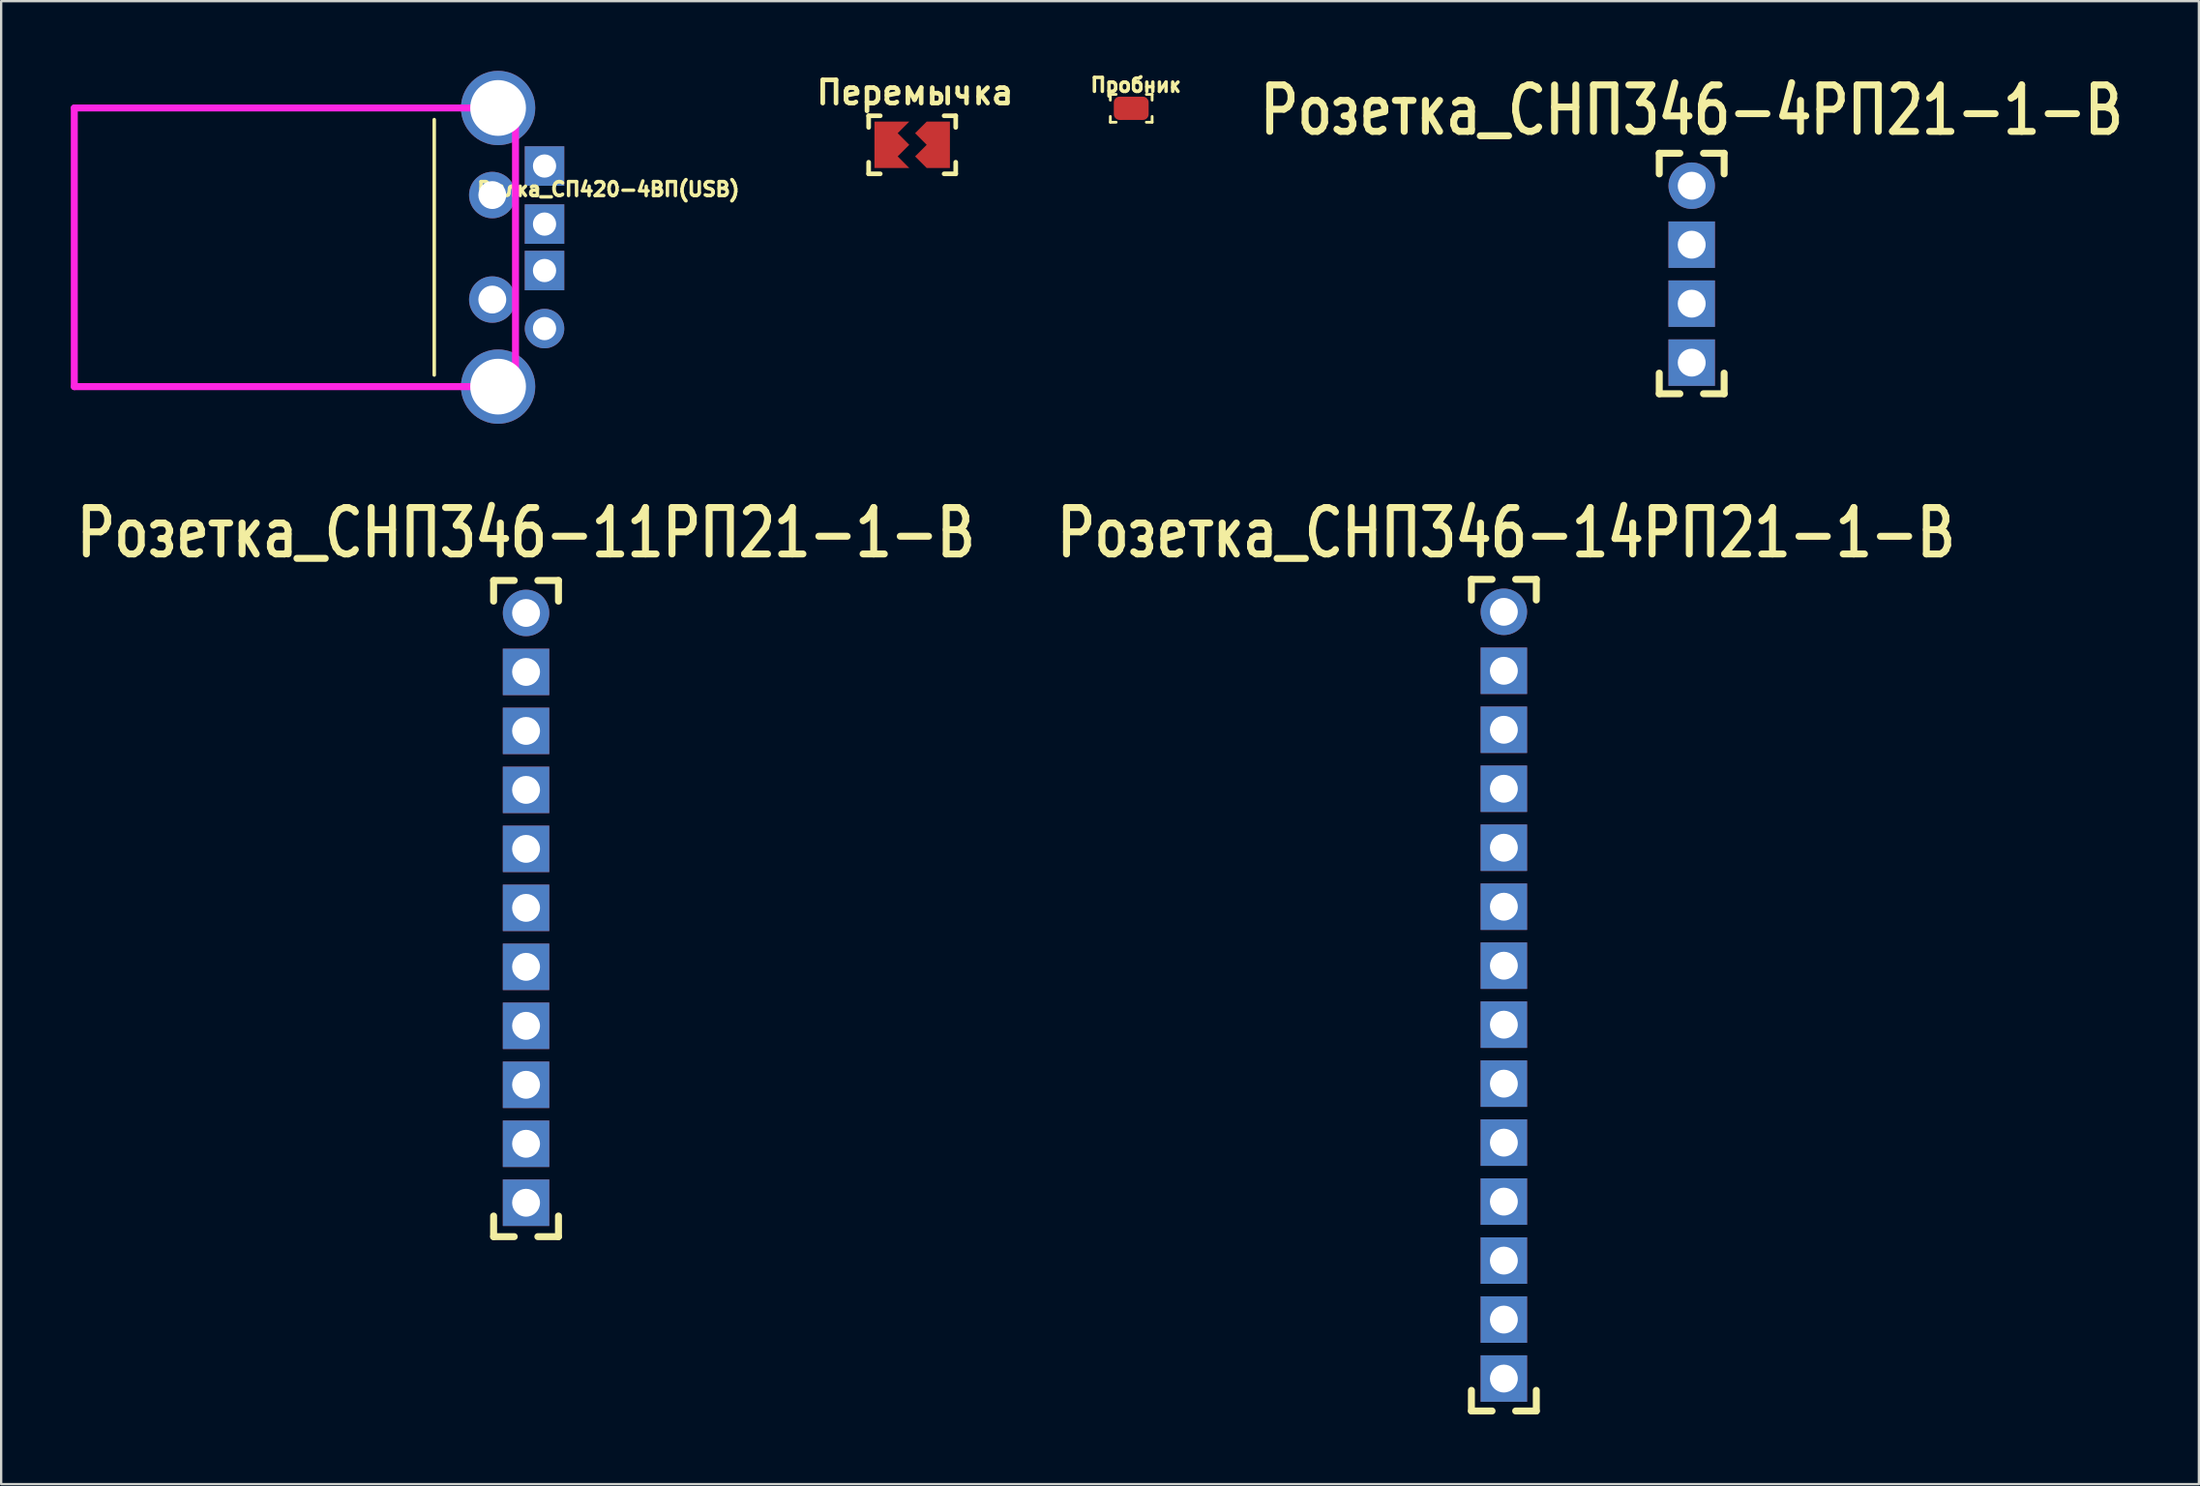
<source format=kicad_pcb>
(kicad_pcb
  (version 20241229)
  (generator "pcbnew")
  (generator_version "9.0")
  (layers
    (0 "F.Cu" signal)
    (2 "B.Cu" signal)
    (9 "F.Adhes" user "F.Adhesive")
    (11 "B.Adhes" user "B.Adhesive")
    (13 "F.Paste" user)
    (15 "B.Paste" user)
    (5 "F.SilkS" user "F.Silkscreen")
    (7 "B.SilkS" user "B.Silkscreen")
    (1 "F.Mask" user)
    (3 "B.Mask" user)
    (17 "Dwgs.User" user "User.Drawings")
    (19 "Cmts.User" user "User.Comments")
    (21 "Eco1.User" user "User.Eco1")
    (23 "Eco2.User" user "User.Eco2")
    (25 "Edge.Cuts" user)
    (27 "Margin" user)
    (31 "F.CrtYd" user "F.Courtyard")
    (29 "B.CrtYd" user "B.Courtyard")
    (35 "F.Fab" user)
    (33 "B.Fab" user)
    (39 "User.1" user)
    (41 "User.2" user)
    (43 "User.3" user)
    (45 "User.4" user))
  (footprint "Пробник"
    (layer "F.Cu")
    (at 45.666 1.614)
    (property "Reference" "Пробник" (at 0.2 -1 0) (layer "F.SilkS") (effects (font (size 0.6 0.6) (thickness 0.15))))
    (attr through_hole)
    (fp_poly (pts (xy -0.5 -0.5) (xy 0.5 -0.5) (xy 0.5 0.5) (xy -0.5 0.5)) (stroke (width 0) (type solid)) (fill yes) (layer "F.Cu"))
    (fp_poly (pts (xy -0.75 -0.5) (xy 0.75 -0.5) (xy 0.75 0.5) (xy -0.75 0.5)) (stroke (width 0.1) (type solid)) (fill yes) (layer "F.Mask"))
    (fp_line (start -0.9 -0.6) (end -0.65 -0.6) (stroke (width 0.12) (type solid)) (layer "F.SilkS"))
    (fp_line (start -0.9 -0.35) (end -0.9 -0.6) (stroke (width 0.12) (type solid)) (layer "F.SilkS"))
    (fp_line (start -0.9 0.35) (end -0.9 0.6) (stroke (width 0.12) (type solid)) (layer "F.SilkS"))
    (fp_line (start -0.9 0.6) (end -0.65 0.6) (stroke (width 0.12) (type solid)) (layer "F.SilkS"))
    (fp_line (start 0.65 -0.6) (end 0.9 -0.6) (stroke (width 0.12) (type solid)) (layer "F.SilkS"))
    (fp_line (start 0.65 0.6) (end 0.9 0.6) (stroke (width 0.12) (type solid)) (layer "F.SilkS"))
    (fp_line (start 0.9 -0.6) (end 0.9 -0.35) (stroke (width 0.12) (type solid)) (layer "F.SilkS"))
    (fp_line (start 0.9 0.6) (end 0.9 0.35) (stroke (width 0.12) (type solid)) (layer "F.SilkS"))
    (pad "1" smd oval (at -0.5 0) (size 0.5 1) (layers "F.Cu" "F.Mask" "F.Paste"))
    (pad "2" smd oval (at 0.5 0) (size 0.5 1) (layers "F.Cu" "F.Mask" "F.Paste")))
  (footprint "Розетка_СНП346-4РП21-1-В"
    (layer "F.Cu")
    (at 69.802 4.947)
    (property "Reference" "Розетка_СНП346-4РП21-1-В" (at 0 -3.25 0) (layer "F.SilkS") (effects (font (size 2 1.6) (thickness 0.3))))
    (attr through_hole)
    (fp_line (start -1.397 -1.397) (end -1.397 -0.508) (stroke (width 0.3) (type solid)) (layer "F.SilkS"))
    (fp_line (start -1.397 -1.397) (end -0.508 -1.397) (stroke (width 0.3) (type solid)) (layer "F.SilkS"))
    (fp_line (start -1.397 8.96) (end -1.397 8.072) (stroke (width 0.3) (type solid)) (layer "F.SilkS"))
    (fp_line (start -1.397 8.96) (end -0.508 8.96) (stroke (width 0.3) (type solid)) (layer "F.SilkS"))
    (fp_line (start 1.397 -1.397) (end 0.508 -1.397) (stroke (width 0.3) (type solid)) (layer "F.SilkS"))
    (fp_line (start 1.397 -1.397) (end 1.397 -0.508) (stroke (width 0.3) (type solid)) (layer "F.SilkS"))
    (fp_line (start 1.397 8.96) (end 0.508 8.96) (stroke (width 0.3) (type solid)) (layer "F.SilkS"))
    (fp_line (start 1.397 8.96) (end 1.397 8.072) (stroke (width 0.3) (type solid)) (layer "F.SilkS"))
    (pad "1" thru_hole circle (at 0 0) (size 2 2) (drill 1.2) (layers "*.Cu" "*.Mask"))
    (pad "2" thru_hole rect (at 0 2.54) (size 2 2) (drill 1.2) (layers "*.Cu" "*.Mask"))
    (pad "3" thru_hole rect (at 0 5.08) (size 2 2) (drill 1.2) (layers "*.Cu" "*.Mask"))
    (pad "4" thru_hole rect (at 0 7.62) (size 2 2) (drill 1.2) (layers "*.Cu" "*.Mask")))
  (footprint "Перемычка"
    (layer "F.Cu")
    (at 36.358 3.186)
    (property "Reference" "Перемычка" (at 0 -2.25 0) (layer "F.SilkS") (effects (font (size 1 1) (thickness 0.2))))
    (attr through_hole)
    (fp_line (start -2 -1.25) (end -1.5 -1.25) (stroke (width 0.2) (type solid)) (layer "F.SilkS"))
    (fp_line (start -2 -0.75) (end -2 -1.25) (stroke (width 0.2) (type solid)) (layer "F.SilkS"))
    (fp_line (start -2 1.25) (end -2 0.75) (stroke (width 0.2) (type solid)) (layer "F.SilkS"))
    (fp_line (start -2 1.25) (end -1.5 1.25) (stroke (width 0.2) (type solid)) (layer "F.SilkS"))
    (fp_line (start 1.25 -1.25) (end 1.75 -1.25) (stroke (width 0.2) (type solid)) (layer "F.SilkS"))
    (fp_line (start 1.25 1.25) (end 1.75 1.25) (stroke (width 0.2) (type solid)) (layer "F.SilkS"))
    (fp_line (start 1.75 -0.75) (end 1.75 -1.25) (stroke (width 0.2) (type solid)) (layer "F.SilkS"))
    (fp_line (start 1.75 1.25) (end 1.75 0.75) (stroke (width 0.2) (type solid)) (layer "F.SilkS"))
    (pad "1" smd custom (at -1.25 0) (size 1 2) (layers "F.Cu" "F.Mask") (options (anchor rect)) (primitives (gr_poly (pts (xy 0.5 1) (xy 1 1) (xy 0.5 0.5) (xy 1 0) (xy 0.5 -0.5) (xy 1 -1) (xy -0.5 -1) (xy -0.5 1)) (width 0) (fill yes))))
    (pad "2" smd custom (at 1 0 180) (size 1 2) (layers "F.Cu" "F.Mask") (options (anchor rect)) (primitives (gr_poly (pts (xy 0.5 1) (xy 1 0.5) (xy 0.5 0) (xy 1 -0.5) (xy 0.5 -1) (xy -0.5 -1) (xy -0.5 1)) (width 0) (fill yes)))))
  (footprint "Вилка_СП420-4ВП(USB)"
    (layer "F.Cu")
    (at 20.4 11.1)
    (property "Reference" "Вилка_СП420-4ВП(USB)" (at 2.75 -6 180) (layer "F.SilkS") (effects (font (size 0.6 0.6) (thickness 0.15))))
    (attr through_hole)
    (fp_line (start -4.75 2) (end -4.75 -9) (stroke (width 0.15) (type solid)) (layer "F.SilkS"))
    (fp_line (start -20.25 -9.5) (end -20.25 2.5) (stroke (width 0.3) (type solid)) (layer "F.CrtYd"))
    (fp_line (start -1.25 -9.5) (end -20.25 -9.5) (stroke (width 0.3) (type solid)) (layer "F.CrtYd"))
    (fp_line (start -1.25 2.5) (end -20.25 2.5) (stroke (width 0.3) (type solid)) (layer "F.CrtYd"))
    (fp_line (start -1.25 2.5) (end -1.25 -9.5) (stroke (width 0.3) (type solid)) (layer "F.CrtYd"))
    (pad "1" thru_hole circle (at 0 0 270) (size 1.7 1.7) (drill 1) (layers "*.Cu" "*.Mask"))
    (pad "2" thru_hole rect (at 0 -2.5 270) (size 1.7 1.7) (drill 1) (layers "*.Cu" "*.Mask"))
    (pad "3" thru_hole rect (at 0 -4.5 270) (size 1.7 1.7) (drill 1) (layers "*.Cu" "*.Mask"))
    (pad "4" thru_hole rect (at 0 -7 270) (size 1.7 1.7) (drill 1) (layers "*.Cu" "*.Mask"))
    (pad "5" thru_hole circle (at -2 -9.5 270) (size 3.2 3.2) (drill 2.4) (layers "*.Cu" "*.Mask"))
    (pad "5" thru_hole circle (at -2 2.5 270) (size 3.2 3.2) (drill 2.4) (layers "*.Cu" "*.Mask"))
    (pad "6" thru_hole circle (at -2.25 -5.75) (size 2 2) (drill 1.2) (layers "*.Cu" "*.Mask"))
    (pad "6" thru_hole circle (at -2.25 -1.25) (size 2 2) (drill 1.2) (layers "*.Cu" "*.Mask")))
  (footprint "Розетка_СНП346-14РП21-1-В"
    (layer "F.Cu")
    (at 61.713 23.297)
    (property "Reference" "Розетка_СНП346-14РП21-1-В" (at 0.1 -3.4 0) (layer "F.SilkS") (effects (font (size 2 1.6) (thickness 0.3))))
    (attr through_hole)
    (fp_line (start -1.397 -1.397) (end -1.397 -0.508) (stroke (width 0.3) (type solid)) (layer "F.SilkS"))
    (fp_line (start -1.397 -1.397) (end -0.508 -1.397) (stroke (width 0.3) (type solid)) (layer "F.SilkS"))
    (fp_line (start -1.397 34.417) (end -1.397 33.528) (stroke (width 0.3) (type solid)) (layer "F.SilkS"))
    (fp_line (start -1.397 34.417) (end -0.508 34.417) (stroke (width 0.3) (type solid)) (layer "F.SilkS"))
    (fp_line (start 1.397 -1.397) (end 0.508 -1.397) (stroke (width 0.3) (type solid)) (layer "F.SilkS"))
    (fp_line (start 1.397 -1.397) (end 1.397 -0.508) (stroke (width 0.3) (type solid)) (layer "F.SilkS"))
    (fp_line (start 1.397 34.417) (end 0.508 34.417) (stroke (width 0.3) (type solid)) (layer "F.SilkS"))
    (fp_line (start 1.397 34.417) (end 1.397 33.528) (stroke (width 0.3) (type solid)) (layer "F.SilkS"))
    (pad "1" thru_hole circle (at 0 0) (size 2 2) (drill 1.2) (layers "*.Cu" "*.Mask"))
    (pad "2" thru_hole rect (at 0 2.54) (size 2 2) (drill 1.2) (layers "*.Cu" "*.Mask"))
    (pad "3" thru_hole rect (at 0 5.08) (size 2 2) (drill 1.2) (layers "*.Cu" "*.Mask"))
    (pad "4" thru_hole rect (at 0 7.62) (size 2 2) (drill 1.2) (layers "*.Cu" "*.Mask"))
    (pad "5" thru_hole rect (at 0 10.16) (size 2 2) (drill 1.2) (layers "*.Cu" "*.Mask"))
    (pad "6" thru_hole rect (at 0 12.7) (size 2 2) (drill 1.2) (layers "*.Cu" "*.Mask"))
    (pad "7" thru_hole rect (at 0 15.24) (size 2 2) (drill 1.2) (layers "*.Cu" "*.Mask"))
    (pad "8" thru_hole rect (at 0 17.78) (size 2 2) (drill 1.2) (layers "*.Cu" "*.Mask"))
    (pad "9" thru_hole rect (at 0 20.32) (size 2 2) (drill 1.2) (layers "*.Cu" "*.Mask"))
    (pad "10" thru_hole rect (at 0 22.86) (size 2 2) (drill 1.2) (layers "*.Cu" "*.Mask"))
    (pad "11" thru_hole rect (at 0 25.4) (size 2 2) (drill 1.2) (layers "*.Cu" "*.Mask"))
    (pad "12" thru_hole rect (at 0 27.94) (size 2 2) (drill 1.2) (layers "*.Cu" "*.Mask"))
    (pad "13" thru_hole rect (at 0 30.48) (size 2 2) (drill 1.2) (layers "*.Cu" "*.Mask"))
    (pad "14" thru_hole rect (at 0 33.02) (size 2 2) (drill 1.2) (layers "*.Cu" "*.Mask")))
  (footprint "Розетка_СНП346-11РП21-1-В"
    (layer "F.Cu")
    (at 19.604 23.346)
    (property "Reference" "Розетка_СНП346-11РП21-1-В" (at 0 -3.45 0) (layer "F.SilkS") (effects (font (size 2 1.6) (thickness 0.3))))
    (attr through_hole)
    (fp_line (start -1.397 -1.397) (end -1.397 -0.508) (stroke (width 0.3) (type solid)) (layer "F.SilkS"))
    (fp_line (start -1.397 -1.397) (end -0.508 -1.397) (stroke (width 0.3) (type solid)) (layer "F.SilkS"))
    (fp_line (start -1.397 26.86) (end -1.397 25.971) (stroke (width 0.3) (type solid)) (layer "F.SilkS"))
    (fp_line (start -1.397 26.86) (end -0.508 26.86) (stroke (width 0.3) (type solid)) (layer "F.SilkS"))
    (fp_line (start 1.397 -1.397) (end 0.508 -1.397) (stroke (width 0.3) (type solid)) (layer "F.SilkS"))
    (fp_line (start 1.397 -1.397) (end 1.397 -0.508) (stroke (width 0.3) (type solid)) (layer "F.SilkS"))
    (fp_line (start 1.397 26.86) (end 0.508 26.86) (stroke (width 0.3) (type solid)) (layer "F.SilkS"))
    (fp_line (start 1.397 26.86) (end 1.397 25.971) (stroke (width 0.3) (type solid)) (layer "F.SilkS"))
    (pad "1" thru_hole circle (at 0 0) (size 2 2) (drill 1.2) (layers "*.Cu" "*.Mask"))
    (pad "2" thru_hole rect (at 0 2.54) (size 2 2) (drill 1.2) (layers "*.Cu" "*.Mask"))
    (pad "3" thru_hole rect (at 0 5.08) (size 2 2) (drill 1.2) (layers "*.Cu" "*.Mask"))
    (pad "4" thru_hole rect (at 0 7.62) (size 2 2) (drill 1.2) (layers "*.Cu" "*.Mask"))
    (pad "5" thru_hole rect (at 0 10.16) (size 2 2) (drill 1.2) (layers "*.Cu" "*.Mask"))
    (pad "6" thru_hole rect (at 0 12.7) (size 2 2) (drill 1.2) (layers "*.Cu" "*.Mask"))
    (pad "7" thru_hole rect (at 0 15.24) (size 2 2) (drill 1.2) (layers "*.Cu" "*.Mask"))
    (pad "8" thru_hole rect (at 0 17.78) (size 2 2) (drill 1.2) (layers "*.Cu" "*.Mask"))
    (pad "9" thru_hole rect (at 0 20.32) (size 2 2) (drill 1.2) (layers "*.Cu" "*.Mask"))
    (pad "10" thru_hole rect (at 0 22.86) (size 2 2) (drill 1.2) (layers "*.Cu" "*.Mask"))
    (pad "11" thru_hole rect (at 0 25.4) (size 2 2) (drill 1.2) (layers "*.Cu" "*.Mask")))
  (gr_rect
    (start -3 -3)
    (end 91.644 60.864)
    (stroke (width 0.1) (type default))
    (fill no)
    (layer "Edge.Cuts")))
</source>
